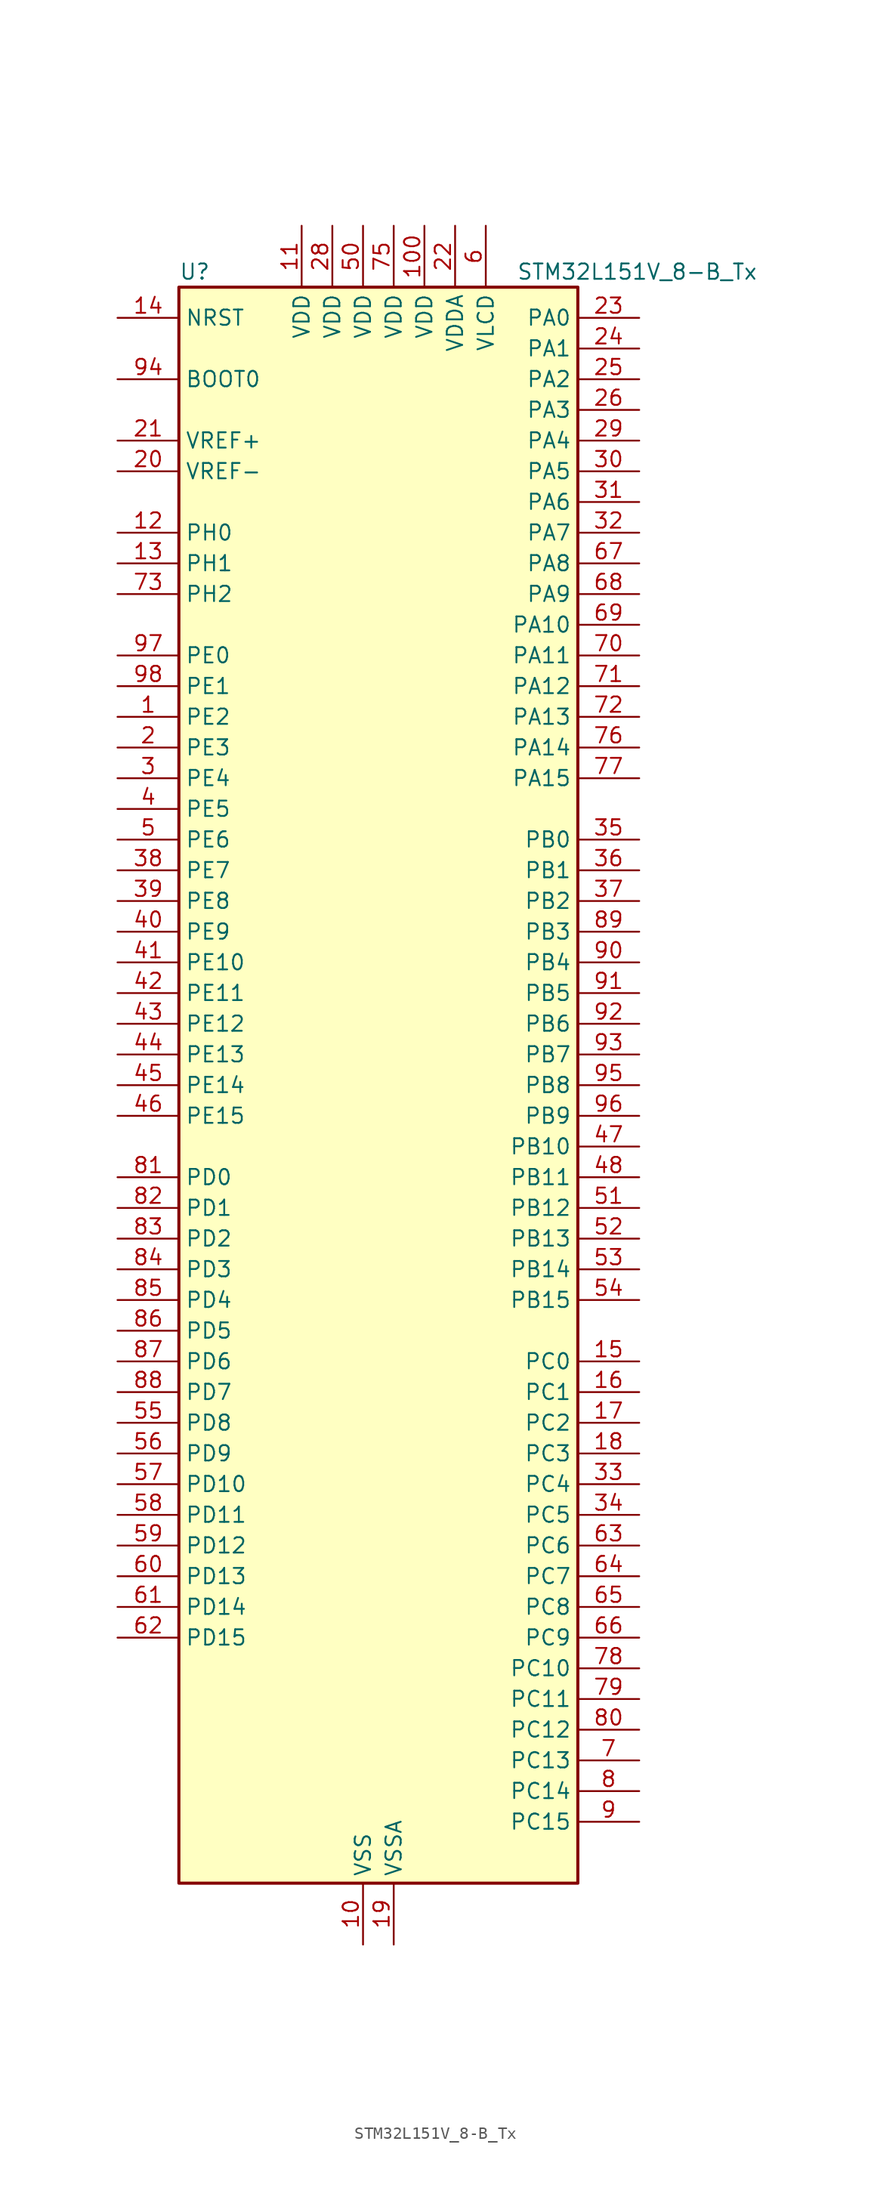
<source format=kicad_sym>
(kicad_symbol_lib
  (version 20220914)
  (generator kicad_symbol_editor)
  (symbol "STM32L151V_8-B_Tx"
    (property "Reference" "U"
      (at -15.24 67.31 0)
      (effects (font (size 1.27 1.27)) (justify left)))
    (property "Value" "STM32L151V_8-B_Tx"
      (at 12.7 67.31 0)
      (effects (font (size 1.27 1.27)) (justify left)))
    (property "ki_locked" ""
      (at 0 0 0)
      (effects (font (size 1.27 1.27))))
    (symbol "STM32L151V_8-B_Tx_0_1"
      (rectangle (start -15.24 -66.04) (end 17.78 66.04) (stroke (width 0.254) (type default)) (fill (type background))))
    (symbol "STM32L151V_8-B_Tx_1_1"
      (pin bidirectional line (at -20.32 30.48 0) (length 5.08) (name "PE2" (effects (font (size 1.27 1.27)))) (number "1" (effects (font (size 1.27 1.27)))) (alternate "SYS_TRACECK" bidirectional line) (alternate "TIM3_ETR" bidirectional line) (alternate "TIMX_IC3" bidirectional line))
      (pin power_in line (at 0 -71.12 90) (length 5.08) (name "VSS" (effects (font (size 1.27 1.27)))) (number "10" (effects (font (size 1.27 1.27)))))
      (pin power_in line (at 5.08 71.12 270) (length 5.08) (name "VDD" (effects (font (size 1.27 1.27)))) (number "100" (effects (font (size 1.27 1.27)))))
      (pin power_in line (at -5.08 71.12 270) (length 5.08) (name "VDD" (effects (font (size 1.27 1.27)))) (number "11" (effects (font (size 1.27 1.27)))))
      (pin bidirectional line (at -20.32 45.72 0) (length 5.08) (name "PH0" (effects (font (size 1.27 1.27)))) (number "12" (effects (font (size 1.27 1.27)))) (alternate "RCC_OSC_IN" bidirectional line))
      (pin bidirectional line (at -20.32 43.18 0) (length 5.08) (name "PH1" (effects (font (size 1.27 1.27)))) (number "13" (effects (font (size 1.27 1.27)))) (alternate "RCC_OSC_OUT" bidirectional line))
      (pin input line (at -20.32 63.5 0) (length 5.08) (name "NRST" (effects (font (size 1.27 1.27)))) (number "14" (effects (font (size 1.27 1.27)))))
      (pin bidirectional line (at 22.86 -22.86 180) (length 5.08) (name "PC0" (effects (font (size 1.27 1.27)))) (number "15" (effects (font (size 1.27 1.27)))) (alternate "ADC_IN10" bidirectional line) (alternate "COMP1_INP" bidirectional line) (alternate "TIMX_IC1" bidirectional line) (alternate "TS_G8_IO1" bidirectional line))
      (pin bidirectional line (at 22.86 -25.4 180) (length 5.08) (name "PC1" (effects (font (size 1.27 1.27)))) (number "16" (effects (font (size 1.27 1.27)))) (alternate "ADC_IN11" bidirectional line) (alternate "COMP1_INP" bidirectional line) (alternate "TIMX_IC2" bidirectional line) (alternate "TS_G8_IO2" bidirectional line))
      (pin bidirectional line (at 22.86 -27.94 180) (length 5.08) (name "PC2" (effects (font (size 1.27 1.27)))) (number "17" (effects (font (size 1.27 1.27)))) (alternate "ADC_IN12" bidirectional line) (alternate "COMP1_INP" bidirectional line) (alternate "TIMX_IC3" bidirectional line) (alternate "TS_G8_IO3" bidirectional line))
      (pin bidirectional line (at 22.86 -30.48 180) (length 5.08) (name "PC3" (effects (font (size 1.27 1.27)))) (number "18" (effects (font (size 1.27 1.27)))) (alternate "ADC_IN13" bidirectional line) (alternate "COMP1_INP" bidirectional line) (alternate "TIMX_IC4" bidirectional line) (alternate "TS_G8_IO4" bidirectional line))
      (pin power_in line (at 2.54 -71.12 90) (length 5.08) (name "VSSA" (effects (font (size 1.27 1.27)))) (number "19" (effects (font (size 1.27 1.27)))))
      (pin bidirectional line (at -20.32 27.94 0) (length 5.08) (name "PE3" (effects (font (size 1.27 1.27)))) (number "2" (effects (font (size 1.27 1.27)))) (alternate "SYS_TRACED0" bidirectional line) (alternate "TIM3_CH1" bidirectional line) (alternate "TIMX_IC4" bidirectional line))
      (pin input line (at -20.32 50.8 0) (length 5.08) (name "VREF-" (effects (font (size 1.27 1.27)))) (number "20" (effects (font (size 1.27 1.27)))))
      (pin input line (at -20.32 53.34 0) (length 5.08) (name "VREF+" (effects (font (size 1.27 1.27)))) (number "21" (effects (font (size 1.27 1.27)))))
      (pin power_in line (at 7.62 71.12 270) (length 5.08) (name "VDDA" (effects (font (size 1.27 1.27)))) (number "22" (effects (font (size 1.27 1.27)))))
      (pin bidirectional line (at 22.86 63.5 180) (length 5.08) (name "PA0" (effects (font (size 1.27 1.27)))) (number "23" (effects (font (size 1.27 1.27)))) (alternate "ADC_IN0" bidirectional line) (alternate "COMP1_INP" bidirectional line) (alternate "SYS_WKUP1" bidirectional line) (alternate "TIM2_CH1" bidirectional line) (alternate "TIM2_ETR" bidirectional line) (alternate "TIMX_IC1" bidirectional line) (alternate "TS_G1_IO1" bidirectional line) (alternate "USART2_CTS" bidirectional line))
      (pin bidirectional line (at 22.86 60.96 180) (length 5.08) (name "PA1" (effects (font (size 1.27 1.27)))) (number "24" (effects (font (size 1.27 1.27)))) (alternate "ADC_IN1" bidirectional line) (alternate "COMP1_INP" bidirectional line) (alternate "TIM2_CH2" bidirectional line) (alternate "TIMX_IC2" bidirectional line) (alternate "TS_G1_IO2" bidirectional line) (alternate "USART2_RTS" bidirectional line))
      (pin bidirectional line (at 22.86 58.42 180) (length 5.08) (name "PA2" (effects (font (size 1.27 1.27)))) (number "25" (effects (font (size 1.27 1.27)))) (alternate "ADC_IN2" bidirectional line) (alternate "COMP1_INP" bidirectional line) (alternate "TIM2_CH3" bidirectional line) (alternate "TIM9_CH1" bidirectional line) (alternate "TIMX_IC3" bidirectional line) (alternate "TS_G1_IO3" bidirectional line) (alternate "USART2_TX" bidirectional line))
      (pin bidirectional line (at 22.86 55.88 180) (length 5.08) (name "PA3" (effects (font (size 1.27 1.27)))) (number "26" (effects (font (size 1.27 1.27)))) (alternate "ADC_IN3" bidirectional line) (alternate "COMP1_INP" bidirectional line) (alternate "TIM2_CH4" bidirectional line) (alternate "TIM9_CH2" bidirectional line) (alternate "TIMX_IC4" bidirectional line) (alternate "TS_G1_IO4" bidirectional line) (alternate "USART2_RX" bidirectional line))
      (pin passive line (at 0 -71.12 90) (length 5.08) hide (name "VSS" (effects (font (size 1.27 1.27)))) (number "27" (effects (font (size 1.27 1.27)))))
      (pin power_in line (at -2.54 71.12 270) (length 5.08) (name "VDD" (effects (font (size 1.27 1.27)))) (number "28" (effects (font (size 1.27 1.27)))))
      (pin bidirectional line (at 22.86 53.34 180) (length 5.08) (name "PA4" (effects (font (size 1.27 1.27)))) (number "29" (effects (font (size 1.27 1.27)))) (alternate "ADC_IN4" bidirectional line) (alternate "COMP1_INP" bidirectional line) (alternate "DAC_OUT1" bidirectional line) (alternate "SPI1_NSS" bidirectional line) (alternate "TIMX_IC1" bidirectional line) (alternate "USART2_CK" bidirectional line))
      (pin bidirectional line (at -20.32 25.4 0) (length 5.08) (name "PE4" (effects (font (size 1.27 1.27)))) (number "3" (effects (font (size 1.27 1.27)))) (alternate "SYS_TRACED1" bidirectional line) (alternate "TIM3_CH2" bidirectional line) (alternate "TIMX_IC1" bidirectional line))
      (pin bidirectional line (at 22.86 50.8 180) (length 5.08) (name "PA5" (effects (font (size 1.27 1.27)))) (number "30" (effects (font (size 1.27 1.27)))) (alternate "ADC_IN5" bidirectional line) (alternate "COMP1_INP" bidirectional line) (alternate "DAC_OUT2" bidirectional line) (alternate "SPI1_SCK" bidirectional line) (alternate "TIM2_CH1" bidirectional line) (alternate "TIM2_ETR" bidirectional line) (alternate "TIMX_IC2" bidirectional line))
      (pin bidirectional line (at 22.86 48.26 180) (length 5.08) (name "PA6" (effects (font (size 1.27 1.27)))) (number "31" (effects (font (size 1.27 1.27)))) (alternate "ADC_IN6" bidirectional line) (alternate "COMP1_INP" bidirectional line) (alternate "SPI1_MISO" bidirectional line) (alternate "TIM10_CH1" bidirectional line) (alternate "TIM3_CH1" bidirectional line) (alternate "TIMX_IC3" bidirectional line) (alternate "TS_G2_IO1" bidirectional line))
      (pin bidirectional line (at 22.86 45.72 180) (length 5.08) (name "PA7" (effects (font (size 1.27 1.27)))) (number "32" (effects (font (size 1.27 1.27)))) (alternate "ADC_IN7" bidirectional line) (alternate "COMP1_INP" bidirectional line) (alternate "SPI1_MOSI" bidirectional line) (alternate "TIM11_CH1" bidirectional line) (alternate "TIM3_CH2" bidirectional line) (alternate "TIMX_IC4" bidirectional line) (alternate "TS_G2_IO2" bidirectional line))
      (pin bidirectional line (at 22.86 -33.02 180) (length 5.08) (name "PC4" (effects (font (size 1.27 1.27)))) (number "33" (effects (font (size 1.27 1.27)))) (alternate "ADC_IN14" bidirectional line) (alternate "COMP1_INP" bidirectional line) (alternate "TIMX_IC1" bidirectional line) (alternate "TS_G9_IO1" bidirectional line))
      (pin bidirectional line (at 22.86 -35.56 180) (length 5.08) (name "PC5" (effects (font (size 1.27 1.27)))) (number "34" (effects (font (size 1.27 1.27)))) (alternate "ADC_IN15" bidirectional line) (alternate "COMP1_INP" bidirectional line) (alternate "TIMX_IC2" bidirectional line) (alternate "TS_G9_IO2" bidirectional line))
      (pin bidirectional line (at 22.86 20.32 180) (length 5.08) (name "PB0" (effects (font (size 1.27 1.27)))) (number "35" (effects (font (size 1.27 1.27)))) (alternate "ADC_IN8" bidirectional line) (alternate "COMP1_INP" bidirectional line) (alternate "SYS_V_REF_OUT" bidirectional line) (alternate "TIM3_CH3" bidirectional line) (alternate "TS_G3_IO1" bidirectional line))
      (pin bidirectional line (at 22.86 17.78 180) (length 5.08) (name "PB1" (effects (font (size 1.27 1.27)))) (number "36" (effects (font (size 1.27 1.27)))) (alternate "ADC_IN9" bidirectional line) (alternate "COMP1_INP" bidirectional line) (alternate "SYS_V_REF_OUT" bidirectional line) (alternate "TIM3_CH4" bidirectional line) (alternate "TS_G3_IO2" bidirectional line))
      (pin bidirectional line (at 22.86 15.24 180) (length 5.08) (name "PB2" (effects (font (size 1.27 1.27)))) (number "37" (effects (font (size 1.27 1.27)))))
      (pin bidirectional line (at -20.32 17.78 0) (length 5.08) (name "PE7" (effects (font (size 1.27 1.27)))) (number "38" (effects (font (size 1.27 1.27)))) (alternate "ADC_IN22" bidirectional line) (alternate "COMP1_INP" bidirectional line) (alternate "TIMX_IC4" bidirectional line))
      (pin bidirectional line (at -20.32 15.24 0) (length 5.08) (name "PE8" (effects (font (size 1.27 1.27)))) (number "39" (effects (font (size 1.27 1.27)))) (alternate "ADC_IN23" bidirectional line) (alternate "COMP1_INP" bidirectional line) (alternate "TIMX_IC1" bidirectional line))
      (pin bidirectional line (at -20.32 22.86 0) (length 5.08) (name "PE5" (effects (font (size 1.27 1.27)))) (number "4" (effects (font (size 1.27 1.27)))) (alternate "SYS_TRACED2" bidirectional line) (alternate "TIM9_CH1" bidirectional line) (alternate "TIMX_IC2" bidirectional line))
      (pin bidirectional line (at -20.32 12.7 0) (length 5.08) (name "PE9" (effects (font (size 1.27 1.27)))) (number "40" (effects (font (size 1.27 1.27)))) (alternate "ADC_IN24" bidirectional line) (alternate "COMP1_INP" bidirectional line) (alternate "DAC_EXTI9" bidirectional line) (alternate "TIM2_CH1" bidirectional line) (alternate "TIM2_ETR" bidirectional line) (alternate "TIMX_IC2" bidirectional line))
      (pin bidirectional line (at -20.32 10.16 0) (length 5.08) (name "PE10" (effects (font (size 1.27 1.27)))) (number "41" (effects (font (size 1.27 1.27)))) (alternate "ADC_IN25" bidirectional line) (alternate "COMP1_INP" bidirectional line) (alternate "TIM2_CH2" bidirectional line) (alternate "TIMX_IC3" bidirectional line))
      (pin bidirectional line (at -20.32 7.62 0) (length 5.08) (name "PE11" (effects (font (size 1.27 1.27)))) (number "42" (effects (font (size 1.27 1.27)))) (alternate "ADC_EXTI11" bidirectional line) (alternate "TIM2_CH3" bidirectional line) (alternate "TIMX_IC4" bidirectional line))
      (pin bidirectional line (at -20.32 5.08 0) (length 5.08) (name "PE12" (effects (font (size 1.27 1.27)))) (number "43" (effects (font (size 1.27 1.27)))) (alternate "SPI1_NSS" bidirectional line) (alternate "TIM2_CH4" bidirectional line) (alternate "TIMX_IC1" bidirectional line))
      (pin bidirectional line (at -20.32 2.54 0) (length 5.08) (name "PE13" (effects (font (size 1.27 1.27)))) (number "44" (effects (font (size 1.27 1.27)))) (alternate "SPI1_SCK" bidirectional line) (alternate "TIMX_IC2" bidirectional line))
      (pin bidirectional line (at -20.32 0 0) (length 5.08) (name "PE14" (effects (font (size 1.27 1.27)))) (number "45" (effects (font (size 1.27 1.27)))) (alternate "SPI1_MISO" bidirectional line) (alternate "TIMX_IC3" bidirectional line))
      (pin bidirectional line (at -20.32 -2.54 0) (length 5.08) (name "PE15" (effects (font (size 1.27 1.27)))) (number "46" (effects (font (size 1.27 1.27)))) (alternate "ADC_EXTI15" bidirectional line) (alternate "SPI1_MOSI" bidirectional line) (alternate "TIMX_IC4" bidirectional line))
      (pin bidirectional line (at 22.86 -5.08 180) (length 5.08) (name "PB10" (effects (font (size 1.27 1.27)))) (number "47" (effects (font (size 1.27 1.27)))) (alternate "I2C2_SCL" bidirectional line) (alternate "TIM2_CH3" bidirectional line) (alternate "USART3_TX" bidirectional line))
      (pin bidirectional line (at 22.86 -7.62 180) (length 5.08) (name "PB11" (effects (font (size 1.27 1.27)))) (number "48" (effects (font (size 1.27 1.27)))) (alternate "ADC_EXTI11" bidirectional line) (alternate "I2C2_SDA" bidirectional line) (alternate "TIM2_CH4" bidirectional line) (alternate "USART3_RX" bidirectional line))
      (pin passive line (at 0 -71.12 90) (length 5.08) hide (name "VSS" (effects (font (size 1.27 1.27)))) (number "49" (effects (font (size 1.27 1.27)))))
      (pin bidirectional line (at -20.32 20.32 0) (length 5.08) (name "PE6" (effects (font (size 1.27 1.27)))) (number "5" (effects (font (size 1.27 1.27)))) (alternate "SYS_TRACED3" bidirectional line) (alternate "SYS_WKUP3" bidirectional line) (alternate "TIM9_CH2" bidirectional line) (alternate "TIMX_IC3" bidirectional line))
      (pin power_in line (at 0 71.12 270) (length 5.08) (name "VDD" (effects (font (size 1.27 1.27)))) (number "50" (effects (font (size 1.27 1.27)))))
      (pin bidirectional line (at 22.86 -10.16 180) (length 5.08) (name "PB12" (effects (font (size 1.27 1.27)))) (number "51" (effects (font (size 1.27 1.27)))) (alternate "ADC_IN18" bidirectional line) (alternate "COMP1_INP" bidirectional line) (alternate "I2C2_SMBA" bidirectional line) (alternate "SPI2_NSS" bidirectional line) (alternate "TIM10_CH1" bidirectional line) (alternate "TS_G7_IO1" bidirectional line) (alternate "USART3_CK" bidirectional line))
      (pin bidirectional line (at 22.86 -12.7 180) (length 5.08) (name "PB13" (effects (font (size 1.27 1.27)))) (number "52" (effects (font (size 1.27 1.27)))) (alternate "ADC_IN19" bidirectional line) (alternate "COMP1_INP" bidirectional line) (alternate "SPI2_SCK" bidirectional line) (alternate "TIM9_CH1" bidirectional line) (alternate "TS_G7_IO2" bidirectional line) (alternate "USART3_CTS" bidirectional line))
      (pin bidirectional line (at 22.86 -15.24 180) (length 5.08) (name "PB14" (effects (font (size 1.27 1.27)))) (number "53" (effects (font (size 1.27 1.27)))) (alternate "ADC_IN20" bidirectional line) (alternate "COMP1_INP" bidirectional line) (alternate "SPI2_MISO" bidirectional line) (alternate "TIM9_CH2" bidirectional line) (alternate "TS_G7_IO3" bidirectional line) (alternate "USART3_RTS" bidirectional line))
      (pin bidirectional line (at 22.86 -17.78 180) (length 5.08) (name "PB15" (effects (font (size 1.27 1.27)))) (number "54" (effects (font (size 1.27 1.27)))) (alternate "ADC_EXTI15" bidirectional line) (alternate "ADC_IN21" bidirectional line) (alternate "COMP1_INP" bidirectional line) (alternate "RTC_REFIN" bidirectional line) (alternate "SPI2_MOSI" bidirectional line) (alternate "TIM11_CH1" bidirectional line) (alternate "TS_G7_IO4" bidirectional line))
      (pin bidirectional line (at -20.32 -27.94 0) (length 5.08) (name "PD8" (effects (font (size 1.27 1.27)))) (number "55" (effects (font (size 1.27 1.27)))) (alternate "TIMX_IC1" bidirectional line) (alternate "USART3_TX" bidirectional line))
      (pin bidirectional line (at -20.32 -30.48 0) (length 5.08) (name "PD9" (effects (font (size 1.27 1.27)))) (number "56" (effects (font (size 1.27 1.27)))) (alternate "DAC_EXTI9" bidirectional line) (alternate "TIMX_IC2" bidirectional line) (alternate "USART3_RX" bidirectional line))
      (pin bidirectional line (at -20.32 -33.02 0) (length 5.08) (name "PD10" (effects (font (size 1.27 1.27)))) (number "57" (effects (font (size 1.27 1.27)))) (alternate "TIMX_IC3" bidirectional line) (alternate "USART3_CK" bidirectional line))
      (pin bidirectional line (at -20.32 -35.56 0) (length 5.08) (name "PD11" (effects (font (size 1.27 1.27)))) (number "58" (effects (font (size 1.27 1.27)))) (alternate "ADC_EXTI11" bidirectional line) (alternate "TIMX_IC4" bidirectional line) (alternate "USART3_CTS" bidirectional line))
      (pin bidirectional line (at -20.32 -38.1 0) (length 5.08) (name "PD12" (effects (font (size 1.27 1.27)))) (number "59" (effects (font (size 1.27 1.27)))) (alternate "TIM4_CH1" bidirectional line) (alternate "TIMX_IC1" bidirectional line) (alternate "USART3_RTS" bidirectional line))
      (pin power_in line (at 10.16 71.12 270) (length 5.08) (name "VLCD" (effects (font (size 1.27 1.27)))) (number "6" (effects (font (size 1.27 1.27)))))
      (pin bidirectional line (at -20.32 -40.64 0) (length 5.08) (name "PD13" (effects (font (size 1.27 1.27)))) (number "60" (effects (font (size 1.27 1.27)))) (alternate "TIM4_CH2" bidirectional line) (alternate "TIMX_IC2" bidirectional line))
      (pin bidirectional line (at -20.32 -43.18 0) (length 5.08) (name "PD14" (effects (font (size 1.27 1.27)))) (number "61" (effects (font (size 1.27 1.27)))) (alternate "TIM4_CH3" bidirectional line) (alternate "TIMX_IC3" bidirectional line))
      (pin bidirectional line (at -20.32 -45.72 0) (length 5.08) (name "PD15" (effects (font (size 1.27 1.27)))) (number "62" (effects (font (size 1.27 1.27)))) (alternate "ADC_EXTI15" bidirectional line) (alternate "TIM4_CH4" bidirectional line) (alternate "TIMX_IC4" bidirectional line))
      (pin bidirectional line (at 22.86 -38.1 180) (length 5.08) (name "PC6" (effects (font (size 1.27 1.27)))) (number "63" (effects (font (size 1.27 1.27)))) (alternate "TIM3_CH1" bidirectional line) (alternate "TIMX_IC3" bidirectional line) (alternate "TS_G10_IO1" bidirectional line))
      (pin bidirectional line (at 22.86 -40.64 180) (length 5.08) (name "PC7" (effects (font (size 1.27 1.27)))) (number "64" (effects (font (size 1.27 1.27)))) (alternate "TIM3_CH2" bidirectional line) (alternate "TIMX_IC4" bidirectional line) (alternate "TS_G10_IO2" bidirectional line))
      (pin bidirectional line (at 22.86 -43.18 180) (length 5.08) (name "PC8" (effects (font (size 1.27 1.27)))) (number "65" (effects (font (size 1.27 1.27)))) (alternate "TIM3_CH3" bidirectional line) (alternate "TIMX_IC1" bidirectional line) (alternate "TS_G10_IO3" bidirectional line))
      (pin bidirectional line (at 22.86 -45.72 180) (length 5.08) (name "PC9" (effects (font (size 1.27 1.27)))) (number "66" (effects (font (size 1.27 1.27)))) (alternate "DAC_EXTI9" bidirectional line) (alternate "TIM3_CH4" bidirectional line) (alternate "TIMX_IC2" bidirectional line) (alternate "TS_G10_IO4" bidirectional line))
      (pin bidirectional line (at 22.86 43.18 180) (length 5.08) (name "PA8" (effects (font (size 1.27 1.27)))) (number "67" (effects (font (size 1.27 1.27)))) (alternate "RCC_MCO" bidirectional line) (alternate "TIMX_IC1" bidirectional line) (alternate "TS_G4_IO1" bidirectional line) (alternate "USART1_CK" bidirectional line))
      (pin bidirectional line (at 22.86 40.64 180) (length 5.08) (name "PA9" (effects (font (size 1.27 1.27)))) (number "68" (effects (font (size 1.27 1.27)))) (alternate "DAC_EXTI9" bidirectional line) (alternate "TIMX_IC2" bidirectional line) (alternate "TS_G4_IO2" bidirectional line) (alternate "USART1_TX" bidirectional line))
      (pin bidirectional line (at 22.86 38.1 180) (length 5.08) (name "PA10" (effects (font (size 1.27 1.27)))) (number "69" (effects (font (size 1.27 1.27)))) (alternate "TIMX_IC3" bidirectional line) (alternate "TS_G4_IO3" bidirectional line) (alternate "USART1_RX" bidirectional line))
      (pin bidirectional line (at 22.86 -55.88 180) (length 5.08) (name "PC13" (effects (font (size 1.27 1.27)))) (number "7" (effects (font (size 1.27 1.27)))) (alternate "RTC_OUT_ALARM" bidirectional line) (alternate "RTC_OUT_CALIB" bidirectional line) (alternate "RTC_TAMP1" bidirectional line) (alternate "RTC_TS" bidirectional line) (alternate "SYS_WKUP2" bidirectional line) (alternate "TIMX_IC2" bidirectional line))
      (pin bidirectional line (at 22.86 35.56 180) (length 5.08) (name "PA11" (effects (font (size 1.27 1.27)))) (number "70" (effects (font (size 1.27 1.27)))) (alternate "ADC_EXTI11" bidirectional line) (alternate "SPI1_MISO" bidirectional line) (alternate "TIMX_IC4" bidirectional line) (alternate "USART1_CTS" bidirectional line) (alternate "USB_DM" bidirectional line))
      (pin bidirectional line (at 22.86 33.02 180) (length 5.08) (name "PA12" (effects (font (size 1.27 1.27)))) (number "71" (effects (font (size 1.27 1.27)))) (alternate "SPI1_MOSI" bidirectional line) (alternate "TIMX_IC1" bidirectional line) (alternate "USART1_RTS" bidirectional line) (alternate "USB_DP" bidirectional line))
      (pin bidirectional line (at 22.86 30.48 180) (length 5.08) (name "PA13" (effects (font (size 1.27 1.27)))) (number "72" (effects (font (size 1.27 1.27)))) (alternate "SYS_JTMS-SWDIO" bidirectional line) (alternate "TIMX_IC2" bidirectional line) (alternate "TS_G5_IO1" bidirectional line))
      (pin bidirectional line (at -20.32 40.64 0) (length 5.08) (name "PH2" (effects (font (size 1.27 1.27)))) (number "73" (effects (font (size 1.27 1.27)))))
      (pin passive line (at 0 -71.12 90) (length 5.08) hide (name "VSS" (effects (font (size 1.27 1.27)))) (number "74" (effects (font (size 1.27 1.27)))))
      (pin power_in line (at 2.54 71.12 270) (length 5.08) (name "VDD" (effects (font (size 1.27 1.27)))) (number "75" (effects (font (size 1.27 1.27)))))
      (pin bidirectional line (at 22.86 27.94 180) (length 5.08) (name "PA14" (effects (font (size 1.27 1.27)))) (number "76" (effects (font (size 1.27 1.27)))) (alternate "SYS_JTCK-SWCLK" bidirectional line) (alternate "TIMX_IC3" bidirectional line) (alternate "TS_G5_IO2" bidirectional line))
      (pin bidirectional line (at 22.86 25.4 180) (length 5.08) (name "PA15" (effects (font (size 1.27 1.27)))) (number "77" (effects (font (size 1.27 1.27)))) (alternate "ADC_EXTI15" bidirectional line) (alternate "SPI1_NSS" bidirectional line) (alternate "SYS_JTDI" bidirectional line) (alternate "TIM2_CH1" bidirectional line) (alternate "TIM2_ETR" bidirectional line) (alternate "TIMX_IC4" bidirectional line) (alternate "TS_G5_IO3" bidirectional line))
      (pin bidirectional line (at 22.86 -48.26 180) (length 5.08) (name "PC10" (effects (font (size 1.27 1.27)))) (number "78" (effects (font (size 1.27 1.27)))) (alternate "TIMX_IC3" bidirectional line) (alternate "USART3_TX" bidirectional line))
      (pin bidirectional line (at 22.86 -50.8 180) (length 5.08) (name "PC11" (effects (font (size 1.27 1.27)))) (number "79" (effects (font (size 1.27 1.27)))) (alternate "ADC_EXTI11" bidirectional line) (alternate "TIMX_IC4" bidirectional line) (alternate "USART3_RX" bidirectional line))
      (pin bidirectional line (at 22.86 -58.42 180) (length 5.08) (name "PC14" (effects (font (size 1.27 1.27)))) (number "8" (effects (font (size 1.27 1.27)))) (alternate "RCC_OSC32_IN" bidirectional line) (alternate "TIMX_IC3" bidirectional line))
      (pin bidirectional line (at 22.86 -53.34 180) (length 5.08) (name "PC12" (effects (font (size 1.27 1.27)))) (number "80" (effects (font (size 1.27 1.27)))) (alternate "TIMX_IC1" bidirectional line) (alternate "USART3_CK" bidirectional line))
      (pin bidirectional line (at -20.32 -7.62 0) (length 5.08) (name "PD0" (effects (font (size 1.27 1.27)))) (number "81" (effects (font (size 1.27 1.27)))) (alternate "SPI2_NSS" bidirectional line) (alternate "TIM9_CH1" bidirectional line) (alternate "TIMX_IC1" bidirectional line))
      (pin bidirectional line (at -20.32 -10.16 0) (length 5.08) (name "PD1" (effects (font (size 1.27 1.27)))) (number "82" (effects (font (size 1.27 1.27)))) (alternate "SPI2_SCK" bidirectional line) (alternate "TIMX_IC2" bidirectional line))
      (pin bidirectional line (at -20.32 -12.7 0) (length 5.08) (name "PD2" (effects (font (size 1.27 1.27)))) (number "83" (effects (font (size 1.27 1.27)))) (alternate "TIM3_ETR" bidirectional line) (alternate "TIMX_IC3" bidirectional line))
      (pin bidirectional line (at -20.32 -15.24 0) (length 5.08) (name "PD3" (effects (font (size 1.27 1.27)))) (number "84" (effects (font (size 1.27 1.27)))) (alternate "SPI2_MISO" bidirectional line) (alternate "TIMX_IC4" bidirectional line) (alternate "USART2_CTS" bidirectional line))
      (pin bidirectional line (at -20.32 -17.78 0) (length 5.08) (name "PD4" (effects (font (size 1.27 1.27)))) (number "85" (effects (font (size 1.27 1.27)))) (alternate "SPI2_MOSI" bidirectional line) (alternate "TIMX_IC1" bidirectional line) (alternate "USART2_RTS" bidirectional line))
      (pin bidirectional line (at -20.32 -20.32 0) (length 5.08) (name "PD5" (effects (font (size 1.27 1.27)))) (number "86" (effects (font (size 1.27 1.27)))) (alternate "TIMX_IC2" bidirectional line) (alternate "USART2_TX" bidirectional line))
      (pin bidirectional line (at -20.32 -22.86 0) (length 5.08) (name "PD6" (effects (font (size 1.27 1.27)))) (number "87" (effects (font (size 1.27 1.27)))) (alternate "TIMX_IC3" bidirectional line) (alternate "USART2_RX" bidirectional line))
      (pin bidirectional line (at -20.32 -25.4 0) (length 5.08) (name "PD7" (effects (font (size 1.27 1.27)))) (number "88" (effects (font (size 1.27 1.27)))) (alternate "TIM9_CH2" bidirectional line) (alternate "TIMX_IC4" bidirectional line) (alternate "USART2_CK" bidirectional line))
      (pin bidirectional line (at 22.86 12.7 180) (length 5.08) (name "PB3" (effects (font (size 1.27 1.27)))) (number "89" (effects (font (size 1.27 1.27)))) (alternate "COMP2_INM" bidirectional line) (alternate "SPI1_SCK" bidirectional line) (alternate "SYS_JTDO-TRACESWO" bidirectional line) (alternate "TIM2_CH2" bidirectional line))
      (pin bidirectional line (at 22.86 -60.96 180) (length 5.08) (name "PC15" (effects (font (size 1.27 1.27)))) (number "9" (effects (font (size 1.27 1.27)))) (alternate "ADC_EXTI15" bidirectional line) (alternate "RCC_OSC32_OUT" bidirectional line) (alternate "TIMX_IC4" bidirectional line))
      (pin bidirectional line (at 22.86 10.16 180) (length 5.08) (name "PB4" (effects (font (size 1.27 1.27)))) (number "90" (effects (font (size 1.27 1.27)))) (alternate "COMP2_INP" bidirectional line) (alternate "SPI1_MISO" bidirectional line) (alternate "SYS_JTRST" bidirectional line) (alternate "TIM3_CH1" bidirectional line) (alternate "TS_G6_IO1" bidirectional line))
      (pin bidirectional line (at 22.86 7.62 180) (length 5.08) (name "PB5" (effects (font (size 1.27 1.27)))) (number "91" (effects (font (size 1.27 1.27)))) (alternate "COMP2_INP" bidirectional line) (alternate "I2C1_SMBA" bidirectional line) (alternate "SPI1_MOSI" bidirectional line) (alternate "TIM3_CH2" bidirectional line) (alternate "TS_G6_IO2" bidirectional line))
      (pin bidirectional line (at 22.86 5.08 180) (length 5.08) (name "PB6" (effects (font (size 1.27 1.27)))) (number "92" (effects (font (size 1.27 1.27)))) (alternate "I2C1_SCL" bidirectional line) (alternate "TIM4_CH1" bidirectional line) (alternate "USART1_TX" bidirectional line))
      (pin bidirectional line (at 22.86 2.54 180) (length 5.08) (name "PB7" (effects (font (size 1.27 1.27)))) (number "93" (effects (font (size 1.27 1.27)))) (alternate "I2C1_SDA" bidirectional line) (alternate "SYS_PVD_IN" bidirectional line) (alternate "TIM4_CH2" bidirectional line) (alternate "USART1_RX" bidirectional line))
      (pin input line (at -20.32 58.42 0) (length 5.08) (name "BOOT0" (effects (font (size 1.27 1.27)))) (number "94" (effects (font (size 1.27 1.27)))))
      (pin bidirectional line (at 22.86 0 180) (length 5.08) (name "PB8" (effects (font (size 1.27 1.27)))) (number "95" (effects (font (size 1.27 1.27)))) (alternate "I2C1_SCL" bidirectional line) (alternate "TIM10_CH1" bidirectional line) (alternate "TIM4_CH3" bidirectional line))
      (pin bidirectional line (at 22.86 -2.54 180) (length 5.08) (name "PB9" (effects (font (size 1.27 1.27)))) (number "96" (effects (font (size 1.27 1.27)))) (alternate "DAC_EXTI9" bidirectional line) (alternate "I2C1_SDA" bidirectional line) (alternate "TIM11_CH1" bidirectional line) (alternate "TIM4_CH4" bidirectional line))
      (pin bidirectional line (at -20.32 35.56 0) (length 5.08) (name "PE0" (effects (font (size 1.27 1.27)))) (number "97" (effects (font (size 1.27 1.27)))) (alternate "TIM10_CH1" bidirectional line) (alternate "TIM4_ETR" bidirectional line) (alternate "TIMX_IC1" bidirectional line))
      (pin bidirectional line (at -20.32 33.02 0) (length 5.08) (name "PE1" (effects (font (size 1.27 1.27)))) (number "98" (effects (font (size 1.27 1.27)))) (alternate "TIM11_CH1" bidirectional line) (alternate "TIMX_IC2" bidirectional line))
      (pin passive line (at 0 -71.12 90) (length 5.08) hide (name "VSS" (effects (font (size 1.27 1.27)))) (number "99" (effects (font (size 1.27 1.27))))))))
</source>
